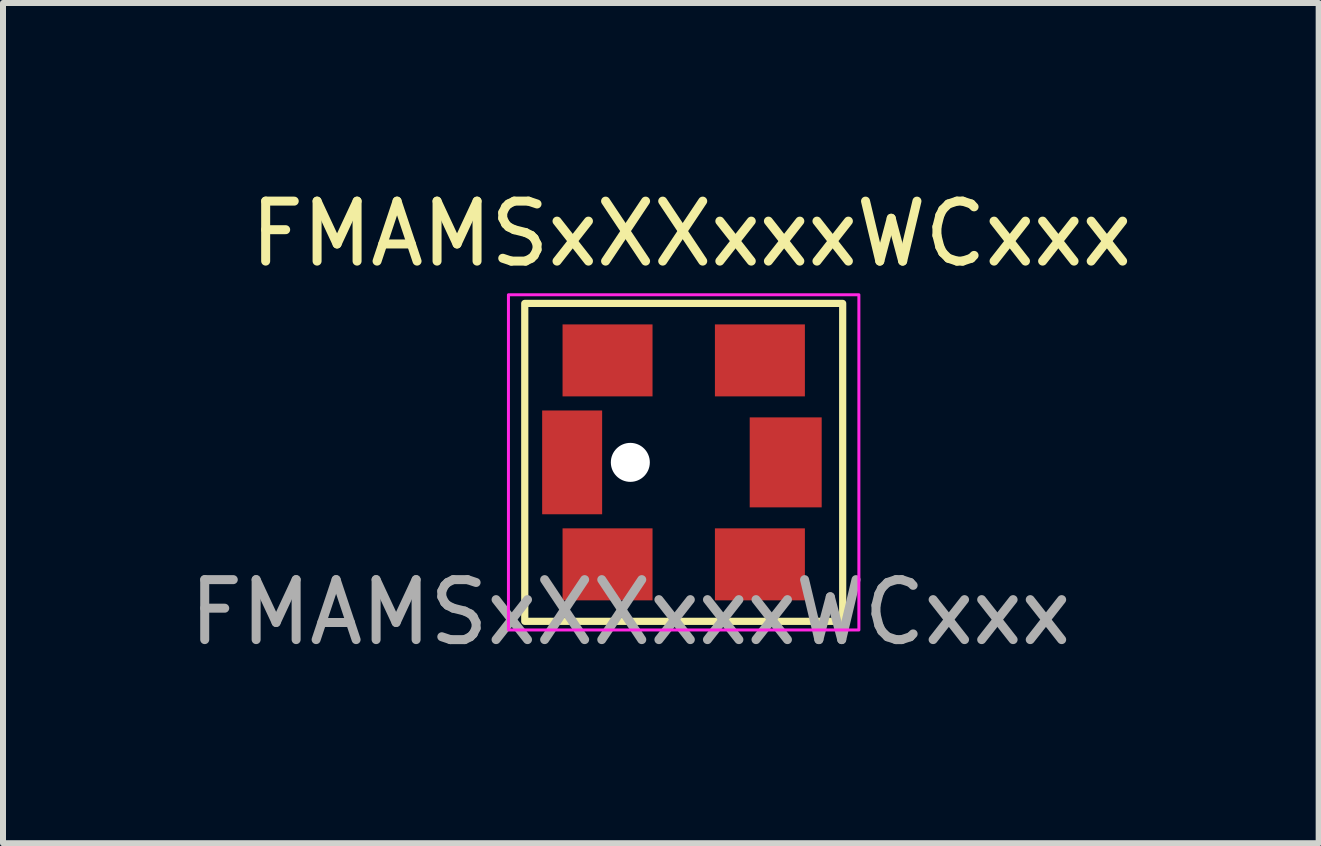
<source format=kicad_pcb>
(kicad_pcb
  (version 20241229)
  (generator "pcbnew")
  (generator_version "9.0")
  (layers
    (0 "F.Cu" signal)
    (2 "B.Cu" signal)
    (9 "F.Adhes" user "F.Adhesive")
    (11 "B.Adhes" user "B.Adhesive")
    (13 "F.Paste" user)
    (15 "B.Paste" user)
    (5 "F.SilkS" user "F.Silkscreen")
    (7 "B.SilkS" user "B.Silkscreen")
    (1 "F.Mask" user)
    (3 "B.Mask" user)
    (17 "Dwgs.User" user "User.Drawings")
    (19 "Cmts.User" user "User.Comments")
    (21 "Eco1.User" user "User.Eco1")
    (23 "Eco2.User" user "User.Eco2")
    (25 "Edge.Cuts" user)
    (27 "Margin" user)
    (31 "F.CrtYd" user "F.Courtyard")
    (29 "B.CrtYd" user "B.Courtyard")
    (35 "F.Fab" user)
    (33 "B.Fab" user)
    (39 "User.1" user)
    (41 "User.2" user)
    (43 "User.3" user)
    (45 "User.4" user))
  (footprint "FMAMSxXXxxxWCxxx"
    (layer "F.Cu")
    (at 7.458 4.658)
    (property "Reference" "FMAMSxXXxxxWCxxx" (at 1.016 -3.81 0) (unlocked yes) (layer "F.SilkS") (effects (font (size 1 1) (thickness 0.15))))
    (attr smd)
    (fp_rect (start -1.76 -2.65) (end 3.54 2.65) (stroke (width 0.12) (type solid)) (fill no) (layer "F.SilkS"))
    (fp_rect (start -2.032 -2.794) (end 3.81 2.794) (stroke (width 0.05) (type solid)) (fill no) (layer "F.CrtYd"))
    (fp_text user "${REFERENCE}" (at 0 2.5 0) (unlocked yes) (layer "F.Fab") (effects (font (size 1 1) (thickness 0.15))))
    (pad "" np_thru_hole circle (at 0 0) (size 0.65 0.65) (drill 0.65) (layers "*.Cu" "*.Mask"))
    (pad "1" smd rect (at -0.38 -1.7) (size 1.5 1.2) (layers "F.Cu" "F.Mask" "F.Paste"))
    (pad "2" smd rect (at 2.16 -1.7) (size 1.5 1.2) (layers "F.Cu" "F.Mask" "F.Paste"))
    (pad "3" smd rect (at 2.16 1.7) (size 1.5 1.2) (layers "F.Cu" "F.Mask" "F.Paste"))
    (pad "4" smd rect (at -0.38 1.7) (size 1.5 1.2) (layers "F.Cu" "F.Mask" "F.Paste"))
    (pad "5" smd rect (at 2.59 0) (size 1.2 1.5) (layers "F.Cu" "F.Mask" "F.Paste"))
    (pad "6" smd rect (at -0.97 0) (size 1 1.73) (layers "F.Cu" "F.Mask" "F.Paste")))
  (gr_rect
    (start -3 -3)
    (end 18.933 11.007)
    (stroke (width 0.1) (type default))
    (fill no)
    (layer "Edge.Cuts")))
</source>
